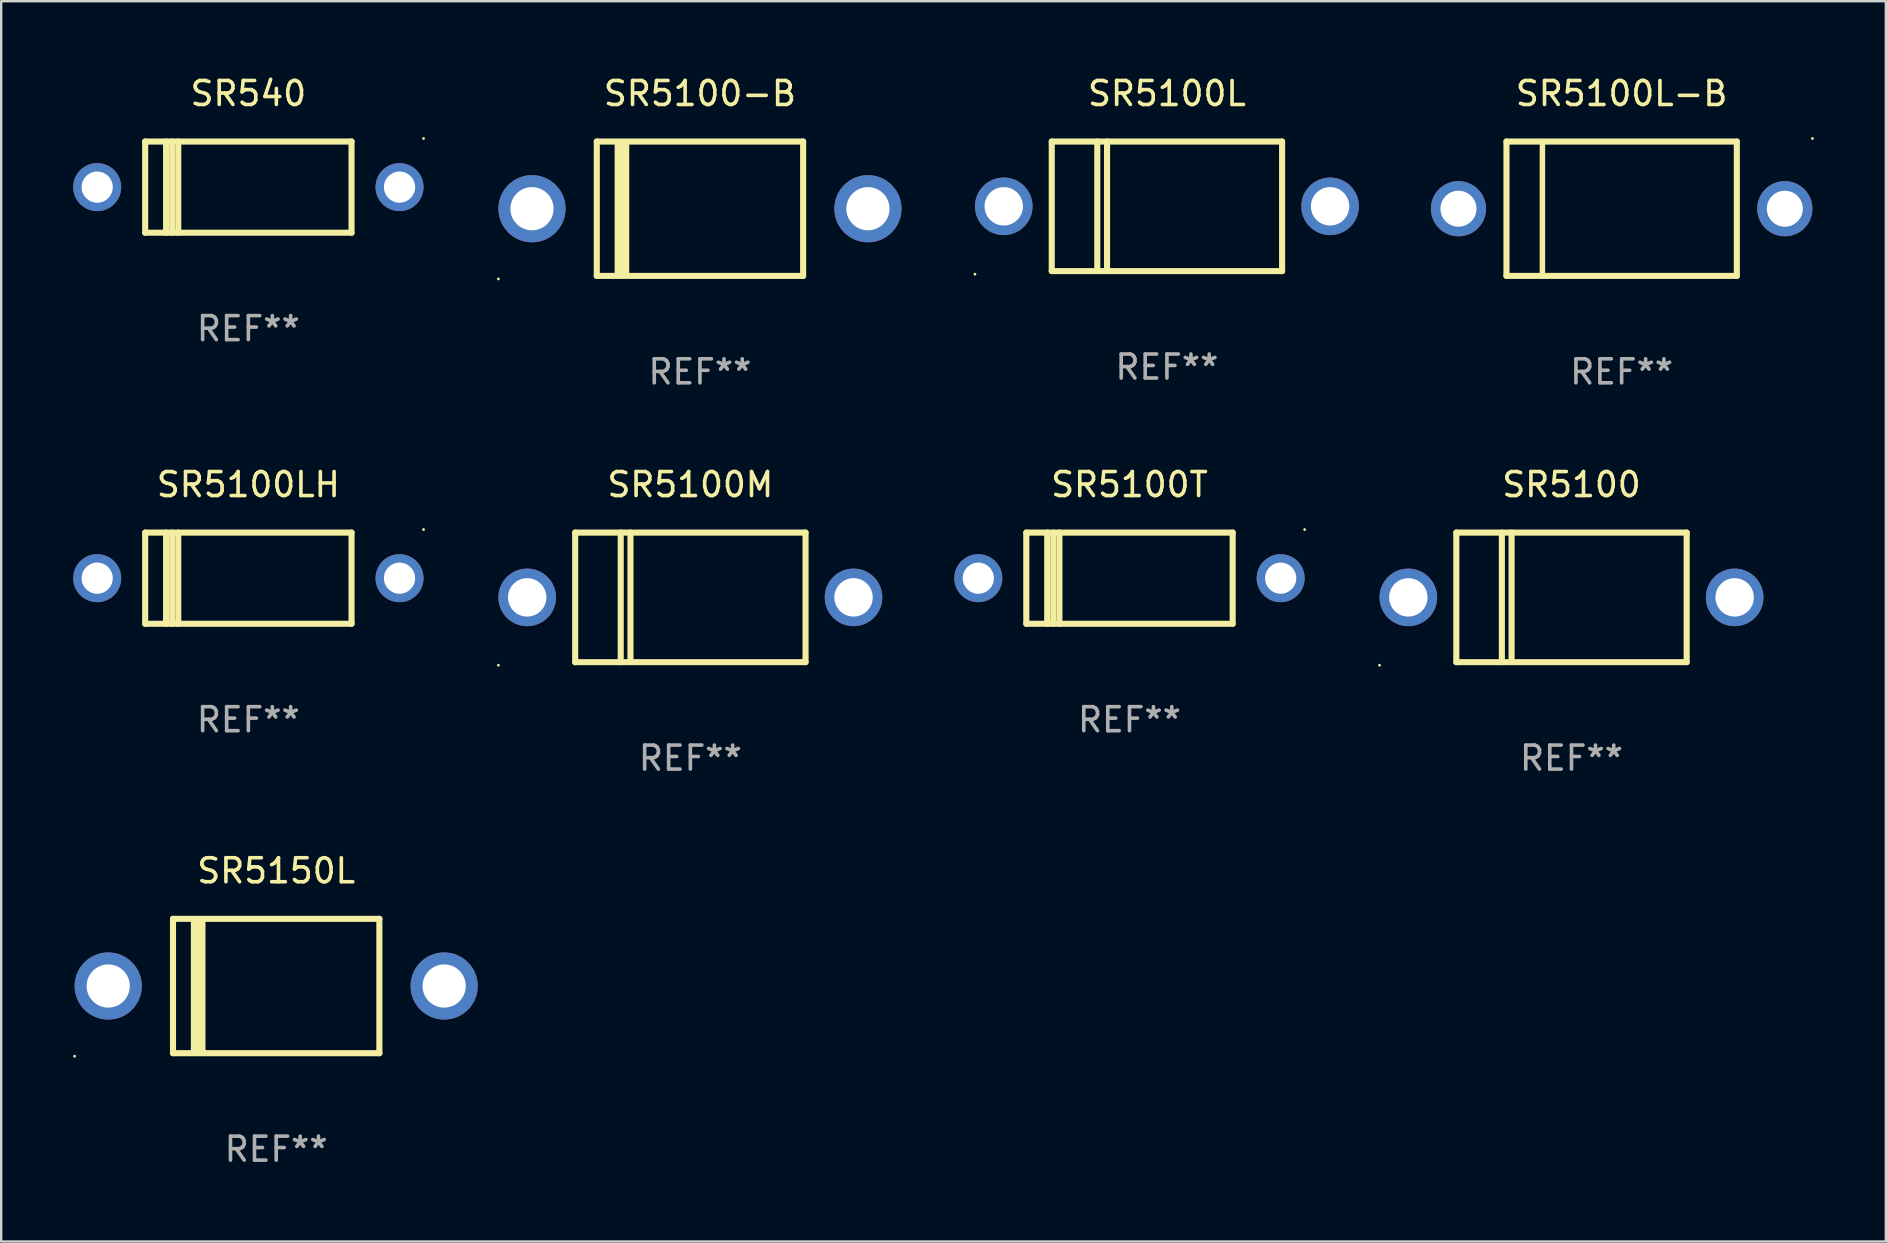
<source format=kicad_pcb>
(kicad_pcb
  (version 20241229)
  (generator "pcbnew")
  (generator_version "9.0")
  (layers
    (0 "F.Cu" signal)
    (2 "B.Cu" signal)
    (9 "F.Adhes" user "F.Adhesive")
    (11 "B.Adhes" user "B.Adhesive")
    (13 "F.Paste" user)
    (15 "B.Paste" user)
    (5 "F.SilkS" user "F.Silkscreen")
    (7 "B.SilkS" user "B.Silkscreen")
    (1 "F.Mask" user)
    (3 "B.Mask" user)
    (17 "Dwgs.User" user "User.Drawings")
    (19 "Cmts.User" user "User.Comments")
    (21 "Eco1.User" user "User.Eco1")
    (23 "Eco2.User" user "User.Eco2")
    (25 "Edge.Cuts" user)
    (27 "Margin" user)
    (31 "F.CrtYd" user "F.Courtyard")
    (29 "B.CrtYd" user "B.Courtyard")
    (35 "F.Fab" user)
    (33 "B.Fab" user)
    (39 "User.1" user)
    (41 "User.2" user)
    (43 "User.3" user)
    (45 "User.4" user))
  (footprint "SR5100LH"
    (layer "F.Cu")
    (at 7.3 21.045)
    (property "Reference" "SR5100LH" (at 0 -3.9 0) (layer "F.SilkS") (effects (font (size 1 1) (thickness 0.15))))
    (attr through_hole)
    (fp_line (start -4.3 -1.9) (end 4.3 -1.9) (stroke (width 0.254) (type solid)) (layer "F.SilkS"))
    (fp_line (start -4.3 1.9) (end -4.3 -1.9) (stroke (width 0.254) (type solid)) (layer "F.SilkS"))
    (fp_line (start -3.429 1.9) (end -3.429 -1.9) (stroke (width 0.254) (type solid)) (layer "F.SilkS"))
    (fp_line (start -3.175 1.9) (end -3.175 -1.9) (stroke (width 0.254) (type solid)) (layer "F.SilkS"))
    (fp_line (start -2.921 1.9) (end -2.921 -1.9) (stroke (width 0.254) (type solid)) (layer "F.SilkS"))
    (fp_line (start 4.3 -1.9) (end 4.3 1.9) (stroke (width 0.254) (type solid)) (layer "F.SilkS"))
    (fp_line (start 4.3 1.9) (end -4.3 1.9) (stroke (width 0.254) (type solid)) (layer "F.SilkS"))
    (fp_circle (center 7.3 -2.027) (end 7.33 -2.027) (stroke (width 0.06) (type solid)) (fill no) (layer "F.SilkS"))
    (fp_text user "REF**" (at 0 5.9 0) (layer "F.Fab") (effects (font (size 1 1) (thickness 0.15))))
    (pad "1" thru_hole circle (at 6.3 0) (size 2 2) (drill 1.3) (layers "*.Cu" "*.Mask"))
    (pad "2" thru_hole circle (at -6.3 0) (size 2 2) (drill 1.3) (layers "*.Cu" "*.Mask")))
  (footprint "SR5100T"
    (layer "F.Cu")
    (at 44.02 21.045)
    (property "Reference" "SR5100T" (at 0 -3.9 0) (layer "F.SilkS") (effects (font (size 1 1) (thickness 0.15))))
    (attr through_hole)
    (fp_line (start -4.3 -1.9) (end 4.3 -1.9) (stroke (width 0.254) (type solid)) (layer "F.SilkS"))
    (fp_line (start -4.3 1.9) (end -4.3 -1.9) (stroke (width 0.254) (type solid)) (layer "F.SilkS"))
    (fp_line (start -3.429 1.9) (end -3.429 -1.9) (stroke (width 0.254) (type solid)) (layer "F.SilkS"))
    (fp_line (start -3.175 1.9) (end -3.175 -1.9) (stroke (width 0.254) (type solid)) (layer "F.SilkS"))
    (fp_line (start -2.921 1.9) (end -2.921 -1.9) (stroke (width 0.254) (type solid)) (layer "F.SilkS"))
    (fp_line (start 4.3 -1.9) (end 4.3 1.9) (stroke (width 0.254) (type solid)) (layer "F.SilkS"))
    (fp_line (start 4.3 1.9) (end -4.3 1.9) (stroke (width 0.254) (type solid)) (layer "F.SilkS"))
    (fp_circle (center 7.3 -2.027) (end 7.33 -2.027) (stroke (width 0.06) (type solid)) (fill no) (layer "F.SilkS"))
    (fp_text user "REF**" (at 0 5.9 0) (layer "F.Fab") (effects (font (size 1 1) (thickness 0.15))))
    (pad "1" thru_hole circle (at 6.3 0) (size 2 2) (drill 1.3) (layers "*.Cu" "*.Mask"))
    (pad "2" thru_hole circle (at -6.3 0) (size 2 2) (drill 1.3) (layers "*.Cu" "*.Mask")))
  (footprint "SR5150L"
    (layer "F.Cu")
    (at 8.46 38.041)
    (property "Reference" "SR5150L" (at 0 -4.8 0) (layer "F.SilkS") (effects (font (size 1 1) (thickness 0.15))))
    (attr through_hole)
    (fp_line (start -4.3 -2.8) (end -4.3 2.8) (stroke (width 0.254) (type solid)) (layer "F.SilkS"))
    (fp_line (start -4.3 -2.8) (end 4.3 -2.8) (stroke (width 0.254) (type solid)) (layer "F.SilkS"))
    (fp_line (start -4.3 2.8) (end 4.3 2.8) (stroke (width 0.254) (type solid)) (layer "F.SilkS"))
    (fp_line (start -3.442 2.667) (end -3.442 -2.667) (stroke (width 0.229) (type solid)) (layer "F.SilkS"))
    (fp_line (start -3.315 2.667) (end -3.315 -2.667) (stroke (width 0.229) (type solid)) (layer "F.SilkS"))
    (fp_line (start -3.188 2.667) (end -3.188 -2.667) (stroke (width 0.229) (type solid)) (layer "F.SilkS"))
    (fp_line (start -3.061 2.667) (end -3.061 -2.667) (stroke (width 0.229) (type solid)) (layer "F.SilkS"))
    (fp_line (start 4.3 -2.8) (end 4.3 2.8) (stroke (width 0.254) (type solid)) (layer "F.SilkS"))
    (fp_circle (center -8.4 2.927) (end -8.37 2.927) (stroke (width 0.06) (type solid)) (fill no) (layer "F.SilkS"))
    (fp_text user "REF**" (at 0 6.8 0) (layer "F.Fab") (effects (font (size 1 1) (thickness 0.15))))
    (pad "1" thru_hole circle (at -7 0) (size 2.8 2.8) (drill 1.8) (layers "*.Cu" "*.Mask"))
    (pad "2" thru_hole circle (at 7 0) (size 2.8 2.8) (drill 1.8) (layers "*.Cu" "*.Mask")))
  (footprint "SR5100"
    (layer "F.Cu")
    (at 62.44 21.845)
    (property "Reference" "SR5100" (at 0 -4.7 0) (layer "F.SilkS") (effects (font (size 1 1) (thickness 0.15))))
    (attr through_hole)
    (fp_line (start -4.8 -2.7) (end -4.8 2.7) (stroke (width 0.254) (type solid)) (layer "F.SilkS"))
    (fp_line (start -4.8 -2.7) (end 4.8 -2.7) (stroke (width 0.254) (type solid)) (layer "F.SilkS"))
    (fp_line (start -2.902 -2.7) (end -2.902 2.7) (stroke (width 0.254) (type solid)) (layer "F.SilkS"))
    (fp_line (start -2.496 -2.7) (end -2.496 2.54) (stroke (width 0.254) (type solid)) (layer "F.SilkS"))
    (fp_line (start 4.8 -2.7) (end 4.8 2.7) (stroke (width 0.254) (type solid)) (layer "F.SilkS"))
    (fp_line (start 4.8 2.7) (end -4.8 2.7) (stroke (width 0.254) (type solid)) (layer "F.SilkS"))
    (fp_circle (center -8 2.827) (end -7.97 2.827) (stroke (width 0.06) (type solid)) (fill no) (layer "F.SilkS"))
    (fp_text user "REF**" (at 0 6.7 0) (layer "F.Fab") (effects (font (size 1 1) (thickness 0.15))))
    (pad "1" thru_hole circle (at -6.8 0) (size 2.4 2.4) (drill 1.6) (layers "*.Cu" "*.Mask"))
    (pad "2" thru_hole circle (at 6.8 0) (size 2.4 2.4) (drill 1.6) (layers "*.Cu" "*.Mask")))
  (footprint "SR540"
    (layer "F.Cu")
    (at 7.3 4.748)
    (property "Reference" "SR540" (at 0 -3.9 0) (layer "F.SilkS") (effects (font (size 1 1) (thickness 0.15))))
    (attr through_hole)
    (fp_line (start -4.3 -1.9) (end 4.3 -1.9) (stroke (width 0.254) (type solid)) (layer "F.SilkS"))
    (fp_line (start -4.3 1.9) (end -4.3 -1.9) (stroke (width 0.254) (type solid)) (layer "F.SilkS"))
    (fp_line (start -3.429 1.9) (end -3.429 -1.9) (stroke (width 0.254) (type solid)) (layer "F.SilkS"))
    (fp_line (start -3.175 1.9) (end -3.175 -1.9) (stroke (width 0.254) (type solid)) (layer "F.SilkS"))
    (fp_line (start -2.921 1.9) (end -2.921 -1.9) (stroke (width 0.254) (type solid)) (layer "F.SilkS"))
    (fp_line (start 4.3 -1.9) (end 4.3 1.9) (stroke (width 0.254) (type solid)) (layer "F.SilkS"))
    (fp_line (start 4.3 1.9) (end -4.3 1.9) (stroke (width 0.254) (type solid)) (layer "F.SilkS"))
    (fp_circle (center 7.3 -2.027) (end 7.33 -2.027) (stroke (width 0.06) (type solid)) (fill no) (layer "F.SilkS"))
    (fp_text user "REF**" (at 0 5.9 0) (layer "F.Fab") (effects (font (size 1 1) (thickness 0.15))))
    (pad "1" thru_hole circle (at 6.3 0) (size 2 2) (drill 1.3) (layers "*.Cu" "*.Mask"))
    (pad "2" thru_hole circle (at -6.3 0) (size 2 2) (drill 1.3) (layers "*.Cu" "*.Mask")))
  (footprint "SR5100-B"
    (layer "F.Cu")
    (at 26.12 5.648)
    (property "Reference" "SR5100-B" (at 0 -4.8 0) (layer "F.SilkS") (effects (font (size 1 1) (thickness 0.15))))
    (attr through_hole)
    (fp_line (start -4.3 -2.8) (end -4.3 2.8) (stroke (width 0.254) (type solid)) (layer "F.SilkS"))
    (fp_line (start -4.3 -2.8) (end 4.3 -2.8) (stroke (width 0.254) (type solid)) (layer "F.SilkS"))
    (fp_line (start -4.3 2.8) (end 4.3 2.8) (stroke (width 0.254) (type solid)) (layer "F.SilkS"))
    (fp_line (start -3.442 2.667) (end -3.442 -2.667) (stroke (width 0.229) (type solid)) (layer "F.SilkS"))
    (fp_line (start -3.315 2.667) (end -3.315 -2.667) (stroke (width 0.229) (type solid)) (layer "F.SilkS"))
    (fp_line (start -3.188 2.667) (end -3.188 -2.667) (stroke (width 0.229) (type solid)) (layer "F.SilkS"))
    (fp_line (start -3.061 2.667) (end -3.061 -2.667) (stroke (width 0.229) (type solid)) (layer "F.SilkS"))
    (fp_line (start 4.3 -2.8) (end 4.3 2.8) (stroke (width 0.254) (type solid)) (layer "F.SilkS"))
    (fp_circle (center -8.4 2.927) (end -8.37 2.927) (stroke (width 0.06) (type solid)) (fill no) (layer "F.SilkS"))
    (fp_text user "REF**" (at 0 6.8 0) (layer "F.Fab") (effects (font (size 1 1) (thickness 0.15))))
    (pad "1" thru_hole circle (at -7 0) (size 2.8 2.8) (drill 1.8) (layers "*.Cu" "*.Mask"))
    (pad "2" thru_hole circle (at 7 0) (size 2.8 2.8) (drill 1.8) (layers "*.Cu" "*.Mask")))
  (footprint "SR5100L-B"
    (layer "F.Cu")
    (at 64.53 5.648)
    (property "Reference" "SR5100L-B" (at 0 -4.8 0) (layer "F.SilkS") (effects (font (size 1 1) (thickness 0.15))))
    (attr through_hole)
    (fp_line (start -4.8 -2.8) (end -4.8 2.8) (stroke (width 0.254) (type solid)) (layer "F.SilkS"))
    (fp_line (start -4.8 -2.8) (end 4.8 -2.8) (stroke (width 0.254) (type solid)) (layer "F.SilkS"))
    (fp_line (start -4.8 2.8) (end 4.8 2.8) (stroke (width 0.254) (type solid)) (layer "F.SilkS"))
    (fp_line (start -3.302 2.8) (end -3.302 -2.8) (stroke (width 0.229) (type solid)) (layer "F.SilkS"))
    (fp_line (start 4.8 -2.8) (end 4.8 2.8) (stroke (width 0.254) (type solid)) (layer "F.SilkS"))
    (fp_circle (center 7.95 -2.927) (end 7.98 -2.927) (stroke (width 0.06) (type solid)) (fill no) (layer "F.SilkS"))
    (fp_text user "REF**" (at 0 6.8 0) (layer "F.Fab") (effects (font (size 1 1) (thickness 0.15))))
    (pad "1" thru_hole circle (at 6.8 0) (size 2.3 2.3) (drill 1.5) (layers "*.Cu" "*.Mask"))
    (pad "2" thru_hole circle (at -6.8 0) (size 2.3 2.3) (drill 1.5) (layers "*.Cu" "*.Mask")))
  (footprint "SR5100M"
    (layer "F.Cu")
    (at 25.72 21.845)
    (property "Reference" "SR5100M" (at 0 -4.7 0) (layer "F.SilkS") (effects (font (size 1 1) (thickness 0.15))))
    (attr through_hole)
    (fp_line (start -4.8 -2.7) (end -4.8 2.7) (stroke (width 0.254) (type solid)) (layer "F.SilkS"))
    (fp_line (start -4.8 -2.7) (end 4.8 -2.7) (stroke (width 0.254) (type solid)) (layer "F.SilkS"))
    (fp_line (start -2.902 -2.7) (end -2.902 2.7) (stroke (width 0.254) (type solid)) (layer "F.SilkS"))
    (fp_line (start -2.496 -2.7) (end -2.496 2.54) (stroke (width 0.254) (type solid)) (layer "F.SilkS"))
    (fp_line (start 4.8 -2.7) (end 4.8 2.7) (stroke (width 0.254) (type solid)) (layer "F.SilkS"))
    (fp_line (start 4.8 2.7) (end -4.8 2.7) (stroke (width 0.254) (type solid)) (layer "F.SilkS"))
    (fp_circle (center -8 2.827) (end -7.97 2.827) (stroke (width 0.06) (type solid)) (fill no) (layer "F.SilkS"))
    (fp_text user "REF**" (at 0 6.7 0) (layer "F.Fab") (effects (font (size 1 1) (thickness 0.15))))
    (pad "1" thru_hole circle (at -6.8 0) (size 2.4 2.4) (drill 1.6) (layers "*.Cu" "*.Mask"))
    (pad "2" thru_hole circle (at 6.8 0) (size 2.4 2.4) (drill 1.6) (layers "*.Cu" "*.Mask")))
  (footprint "SR5100L"
    (layer "F.Cu")
    (at 45.58 5.548)
    (property "Reference" "SR5100L" (at 0 -4.7 0) (layer "F.SilkS") (effects (font (size 1 1) (thickness 0.15))))
    (attr through_hole)
    (fp_line (start -4.8 -2.7) (end -4.8 2.7) (stroke (width 0.254) (type solid)) (layer "F.SilkS"))
    (fp_line (start -4.8 -2.7) (end 4.8 -2.7) (stroke (width 0.254) (type solid)) (layer "F.SilkS"))
    (fp_line (start -2.902 -2.7) (end -2.902 2.7) (stroke (width 0.254) (type solid)) (layer "F.SilkS"))
    (fp_line (start -2.496 -2.7) (end -2.496 2.54) (stroke (width 0.254) (type solid)) (layer "F.SilkS"))
    (fp_line (start 4.8 -2.7) (end 4.8 2.7) (stroke (width 0.254) (type solid)) (layer "F.SilkS"))
    (fp_line (start 4.8 2.7) (end -4.8 2.7) (stroke (width 0.254) (type solid)) (layer "F.SilkS"))
    (fp_circle (center -8 2.827) (end -7.97 2.827) (stroke (width 0.06) (type solid)) (fill no) (layer "F.SilkS"))
    (fp_text user "REF**" (at 0 6.7 0) (layer "F.Fab") (effects (font (size 1 1) (thickness 0.15))))
    (pad "1" thru_hole circle (at -6.8 0) (size 2.4 2.4) (drill 1.6) (layers "*.Cu" "*.Mask"))
    (pad "2" thru_hole circle (at 6.8 0) (size 2.4 2.4) (drill 1.6) (layers "*.Cu" "*.Mask")))
  (gr_rect
    (start -3 -3)
    (end 75.54 48.69)
    (stroke (width 0.1) (type default))
    (fill no)
    (layer "Edge.Cuts")))
</source>
